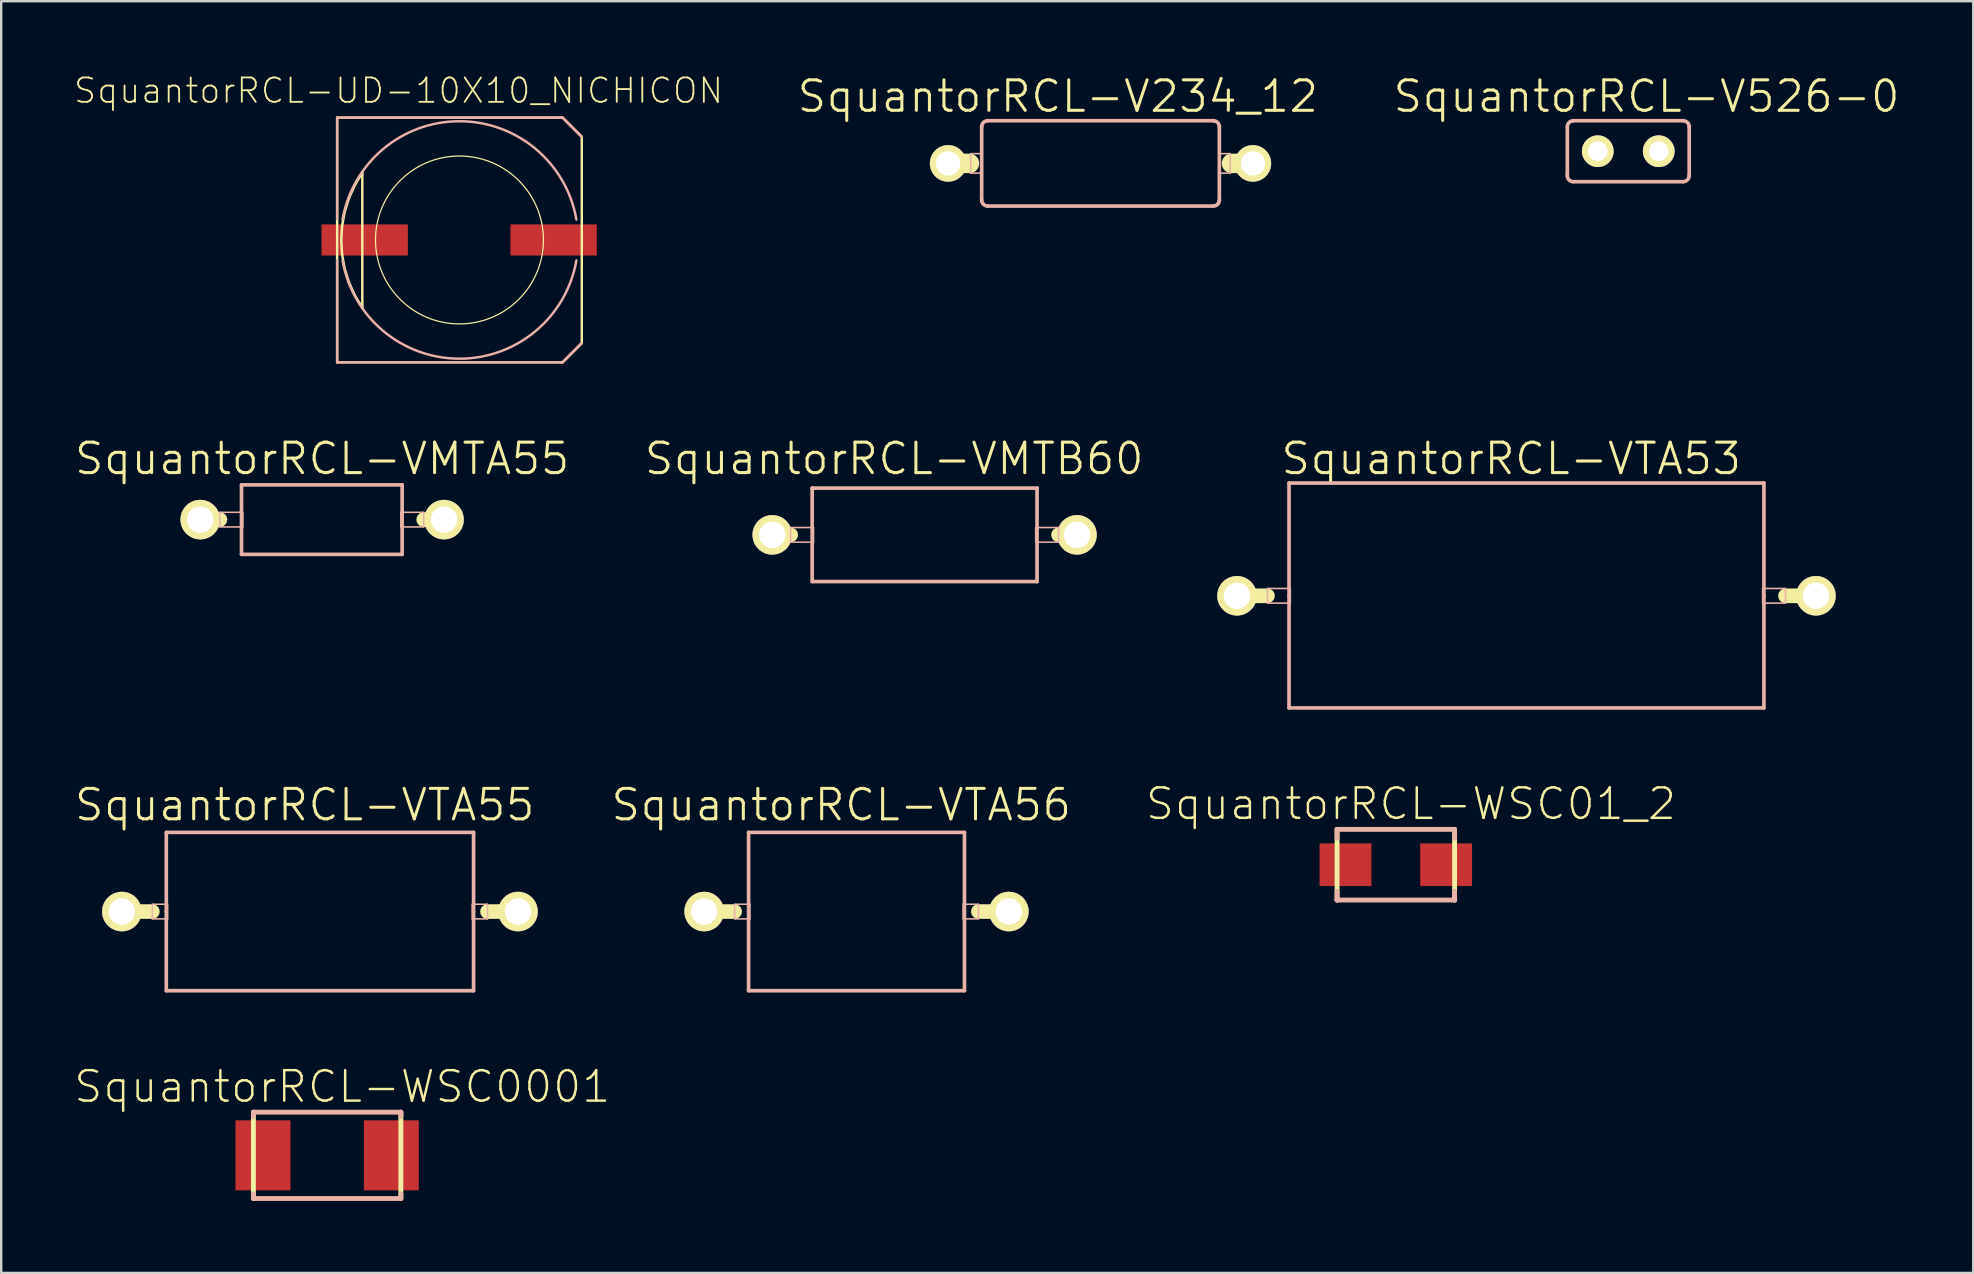
<source format=kicad_pcb>
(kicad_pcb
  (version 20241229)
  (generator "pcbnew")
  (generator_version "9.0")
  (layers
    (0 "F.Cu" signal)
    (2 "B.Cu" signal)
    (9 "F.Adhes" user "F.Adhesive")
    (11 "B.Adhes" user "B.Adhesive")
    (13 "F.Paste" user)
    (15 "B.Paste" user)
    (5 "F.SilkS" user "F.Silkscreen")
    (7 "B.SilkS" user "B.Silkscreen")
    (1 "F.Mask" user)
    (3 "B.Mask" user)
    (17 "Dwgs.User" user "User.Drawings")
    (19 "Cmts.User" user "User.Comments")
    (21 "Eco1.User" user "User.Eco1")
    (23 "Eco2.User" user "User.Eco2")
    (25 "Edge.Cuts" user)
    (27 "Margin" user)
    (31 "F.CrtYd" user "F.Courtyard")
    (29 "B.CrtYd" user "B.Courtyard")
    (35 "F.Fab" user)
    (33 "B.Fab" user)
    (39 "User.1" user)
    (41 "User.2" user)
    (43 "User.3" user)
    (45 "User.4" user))
  (footprint "SquantorRCL-VTA55"
    (layer "F.Cu")
    (at 10.284 34.941)
    (property "Reference" "SquantorRCL-VTA55" (at -0.635 -4.445 0) (layer "F.SilkS") (effects (font (size 1.27 1.27) (thickness 0.127))))
    (attr exclude_from_pos_files exclude_from_bom)
    (fp_line (start -8.255 0) (end -6.985 0) (stroke (width 0.61) (type solid)) (layer "F.SilkS"))
    (fp_line (start 6.985 0) (end 8.255 0) (stroke (width 0.61) (type solid)) (layer "F.SilkS"))
    (fp_line (start -6.985 -0.305) (end -6.35 -0.305) (stroke (width 0.066) (type solid)) (layer "B.SilkS"))
    (fp_line (start -6.985 0.305) (end -6.985 -0.305) (stroke (width 0.066) (type solid)) (layer "B.SilkS"))
    (fp_line (start -6.985 0.305) (end -6.35 0.305) (stroke (width 0.066) (type solid)) (layer "B.SilkS"))
    (fp_line (start -6.403 -3.299) (end -6.403 0) (stroke (width 0.152) (type solid)) (layer "B.SilkS"))
    (fp_line (start -6.403 0) (end -6.403 3.299) (stroke (width 0.152) (type solid)) (layer "B.SilkS"))
    (fp_line (start -6.403 3.299) (end 6.403 3.299) (stroke (width 0.152) (type solid)) (layer "B.SilkS"))
    (fp_line (start -6.35 0.305) (end -6.35 -0.305) (stroke (width 0.066) (type solid)) (layer "B.SilkS"))
    (fp_line (start 6.35 -0.305) (end 6.985 -0.305) (stroke (width 0.066) (type solid)) (layer "B.SilkS"))
    (fp_line (start 6.35 0.305) (end 6.35 -0.305) (stroke (width 0.066) (type solid)) (layer "B.SilkS"))
    (fp_line (start 6.35 0.305) (end 6.985 0.305) (stroke (width 0.066) (type solid)) (layer "B.SilkS"))
    (fp_line (start 6.403 -3.299) (end -6.403 -3.299) (stroke (width 0.152) (type solid)) (layer "B.SilkS"))
    (fp_line (start 6.403 0) (end 6.403 -3.299) (stroke (width 0.152) (type solid)) (layer "B.SilkS"))
    (fp_line (start 6.403 3.299) (end 6.403 0) (stroke (width 0.152) (type solid)) (layer "B.SilkS"))
    (fp_line (start 6.985 0.305) (end 6.985 -0.305) (stroke (width 0.066) (type solid)) (layer "B.SilkS"))
    (pad "1" thru_hole circle (at -8.255 0) (size 1.648 1.648) (drill 1.1) (layers "*.Cu" "F.Mask" "F.SilkS" "F.Paste"))
    (pad "2" thru_hole circle (at 8.255 0) (size 1.648 1.648) (drill 1.1) (layers "*.Cu" "F.Mask" "F.SilkS" "F.Paste")))
  (footprint "SquantorRCL-VTA53"
    (layer "F.Cu")
    (at 60.569 21.781)
    (property "Reference" "SquantorRCL-VTA53" (at -0.635 -5.715 0) (layer "F.SilkS") (effects (font (size 1.27 1.27) (thickness 0.127))))
    (attr exclude_from_pos_files exclude_from_bom)
    (fp_line (start -12.065 0) (end -10.795 0) (stroke (width 0.61) (type solid)) (layer "F.SilkS"))
    (fp_line (start 10.795 0) (end 12.065 0) (stroke (width 0.61) (type solid)) (layer "F.SilkS"))
    (fp_line (start -10.795 -0.305) (end -9.842 -0.305) (stroke (width 0.066) (type solid)) (layer "B.SilkS"))
    (fp_line (start -10.795 0.305) (end -10.795 -0.305) (stroke (width 0.066) (type solid)) (layer "B.SilkS"))
    (fp_line (start -10.795 0.305) (end -9.842 0.305) (stroke (width 0.066) (type solid)) (layer "B.SilkS"))
    (fp_line (start -9.896 -4.699) (end -9.896 0) (stroke (width 0.152) (type solid)) (layer "B.SilkS"))
    (fp_line (start -9.896 0) (end -9.896 4.674) (stroke (width 0.152) (type solid)) (layer "B.SilkS"))
    (fp_line (start -9.896 4.674) (end 9.896 4.674) (stroke (width 0.152) (type solid)) (layer "B.SilkS"))
    (fp_line (start -9.842 0.305) (end -9.842 -0.305) (stroke (width 0.066) (type solid)) (layer "B.SilkS"))
    (fp_line (start 9.842 -0.305) (end 10.795 -0.305) (stroke (width 0.066) (type solid)) (layer "B.SilkS"))
    (fp_line (start 9.842 0.305) (end 9.842 -0.305) (stroke (width 0.066) (type solid)) (layer "B.SilkS"))
    (fp_line (start 9.842 0.305) (end 10.795 0.305) (stroke (width 0.066) (type solid)) (layer "B.SilkS"))
    (fp_line (start 9.896 -4.699) (end -9.896 -4.699) (stroke (width 0.152) (type solid)) (layer "B.SilkS"))
    (fp_line (start 9.896 0) (end 9.896 -4.699) (stroke (width 0.152) (type solid)) (layer "B.SilkS"))
    (fp_line (start 9.896 4.674) (end 9.896 0) (stroke (width 0.152) (type solid)) (layer "B.SilkS"))
    (fp_line (start 10.795 0.305) (end 10.795 -0.305) (stroke (width 0.066) (type solid)) (layer "B.SilkS"))
    (pad "1" thru_hole circle (at -12.065 0) (size 1.648 1.648) (drill 1.1) (layers "*.Cu" "F.Mask" "F.SilkS" "F.Paste"))
    (pad "2" thru_hole circle (at 12.065 0) (size 1.648 1.648) (drill 1.1) (layers "*.Cu" "F.Mask" "F.SilkS" "F.Paste")))
  (footprint "SquantorRCL-V234_12"
    (layer "F.Cu")
    (at 42.816 3.76)
    (property "Reference" "SquantorRCL-V234_12" (at -1.778 -2.794 0) (layer "F.SilkS") (effects (font (size 1.27 1.27) (thickness 0.127))))
    (attr exclude_from_pos_files exclude_from_bom)
    (fp_line (start -6.35 0) (end -5.461 0) (stroke (width 0.813) (type solid)) (layer "F.SilkS"))
    (fp_line (start 6.35 0) (end 5.461 0) (stroke (width 0.813) (type solid)) (layer "F.SilkS"))
    (fp_line (start -5.41 -0.406) (end -4.953 -0.406) (stroke (width 0.066) (type solid)) (layer "B.SilkS"))
    (fp_line (start -5.41 0.406) (end -5.41 -0.406) (stroke (width 0.066) (type solid)) (layer "B.SilkS"))
    (fp_line (start -5.41 0.406) (end -4.953 0.406) (stroke (width 0.066) (type solid)) (layer "B.SilkS"))
    (fp_line (start -4.953 -1.524) (end -4.953 1.524) (stroke (width 0.152) (type solid)) (layer "B.SilkS"))
    (fp_line (start -4.953 0.406) (end -4.953 -0.406) (stroke (width 0.066) (type solid)) (layer "B.SilkS"))
    (fp_line (start -4.699 -1.778) (end 4.699 -1.778) (stroke (width 0.152) (type solid)) (layer "B.SilkS"))
    (fp_line (start 4.699 1.778) (end -4.699 1.778) (stroke (width 0.152) (type solid)) (layer "B.SilkS"))
    (fp_line (start 4.953 -1.524) (end 4.953 1.524) (stroke (width 0.152) (type solid)) (layer "B.SilkS"))
    (fp_line (start 4.953 -0.406) (end 5.41 -0.406) (stroke (width 0.066) (type solid)) (layer "B.SilkS"))
    (fp_line (start 4.953 0.406) (end 4.953 -0.406) (stroke (width 0.066) (type solid)) (layer "B.SilkS"))
    (fp_line (start 4.953 0.406) (end 5.41 0.406) (stroke (width 0.066) (type solid)) (layer "B.SilkS"))
    (fp_line (start 5.41 0.406) (end 5.41 -0.406) (stroke (width 0.066) (type solid)) (layer "B.SilkS"))
    (fp_arc (start -4.953 -1.524) (mid -4.878605 -1.703605) (end -4.699 -1.778) (stroke (width 0.1524) (type solid)) (layer "B.SilkS"))
    (fp_arc (start -4.699 1.778) (mid -4.878605 1.703605) (end -4.953 1.524) (stroke (width 0.1524) (type solid)) (layer "B.SilkS"))
    (fp_arc (start 4.699 -1.778) (mid 4.878605 -1.703605) (end 4.953 -1.524) (stroke (width 0.1524) (type solid)) (layer "B.SilkS"))
    (fp_arc (start 4.953 1.524) (mid 4.878605 1.703605) (end 4.699 1.778) (stroke (width 0.1524) (type solid)) (layer "B.SilkS"))
    (pad "1" thru_hole circle (at -6.35 0) (size 1.524 1.524) (drill 1.016) (layers "*.Cu" "F.Mask" "F.SilkS" "F.Paste"))
    (pad "2" thru_hole circle (at 6.35 0) (size 1.524 1.524) (drill 1.016) (layers "*.Cu" "F.Mask" "F.SilkS" "F.Paste")))
  (footprint "SquantorRCL-VMTA55"
    (layer "F.Cu")
    (at 10.375 18.606)
    (property "Reference" "SquantorRCL-VMTA55" (at 0 -2.54 0) (layer "F.SilkS") (effects (font (size 1.27 1.27) (thickness 0.127))))
    (attr exclude_from_pos_files exclude_from_bom)
    (fp_line (start -5.08 0) (end -4.26 0) (stroke (width 0.61) (type solid)) (layer "F.SilkS"))
    (fp_line (start 4.234 0) (end 5.08 0) (stroke (width 0.61) (type solid)) (layer "F.SilkS"))
    (fp_line (start -4.26 -0.305) (end -3.307 -0.305) (stroke (width 0.066) (type solid)) (layer "B.SilkS"))
    (fp_line (start -4.26 0.305) (end -4.26 -0.305) (stroke (width 0.066) (type solid)) (layer "B.SilkS"))
    (fp_line (start -4.26 0.305) (end -3.307 0.305) (stroke (width 0.066) (type solid)) (layer "B.SilkS"))
    (fp_line (start -3.36 -1.448) (end -3.36 1.448) (stroke (width 0.152) (type solid)) (layer "B.SilkS"))
    (fp_line (start -3.36 1.448) (end 3.335 1.448) (stroke (width 0.152) (type solid)) (layer "B.SilkS"))
    (fp_line (start -3.307 0.305) (end -3.307 -0.305) (stroke (width 0.066) (type solid)) (layer "B.SilkS"))
    (fp_line (start 3.282 -0.305) (end 4.234 -0.305) (stroke (width 0.066) (type solid)) (layer "B.SilkS"))
    (fp_line (start 3.282 0.305) (end 3.282 -0.305) (stroke (width 0.066) (type solid)) (layer "B.SilkS"))
    (fp_line (start 3.282 0.305) (end 4.234 0.305) (stroke (width 0.066) (type solid)) (layer "B.SilkS"))
    (fp_line (start 3.335 -1.448) (end -3.36 -1.448) (stroke (width 0.152) (type solid)) (layer "B.SilkS"))
    (fp_line (start 3.335 1.448) (end 3.335 -1.448) (stroke (width 0.152) (type solid)) (layer "B.SilkS"))
    (fp_line (start 4.234 0.305) (end 4.234 -0.305) (stroke (width 0.066) (type solid)) (layer "B.SilkS"))
    (pad "1" thru_hole circle (at -5.08 0) (size 1.648 1.648) (drill 1.1) (layers "*.Cu" "F.Mask" "F.SilkS" "F.Paste"))
    (pad "2" thru_hole circle (at 5.08 0) (size 1.648 1.648) (drill 1.1) (layers "*.Cu" "F.Mask" "F.SilkS" "F.Paste")))
  (footprint "SquantorRCL-VTA56"
    (layer "F.Cu")
    (at 32.647 34.941)
    (property "Reference" "SquantorRCL-VTA56" (at -0.635 -4.445 0) (layer "F.SilkS") (effects (font (size 1.27 1.27) (thickness 0.127))))
    (attr exclude_from_pos_files exclude_from_bom)
    (fp_line (start -6.35 0) (end -5.08 0) (stroke (width 0.61) (type solid)) (layer "F.SilkS"))
    (fp_line (start 5.08 0) (end 6.35 0) (stroke (width 0.61) (type solid)) (layer "F.SilkS"))
    (fp_line (start -5.08 -0.305) (end -4.445 -0.305) (stroke (width 0.066) (type solid)) (layer "B.SilkS"))
    (fp_line (start -5.08 0.305) (end -5.08 -0.305) (stroke (width 0.066) (type solid)) (layer "B.SilkS"))
    (fp_line (start -5.08 0.305) (end -4.445 0.305) (stroke (width 0.066) (type solid)) (layer "B.SilkS"))
    (fp_line (start -4.498 -3.299) (end -4.498 0) (stroke (width 0.152) (type solid)) (layer "B.SilkS"))
    (fp_line (start -4.498 0) (end -4.498 3.299) (stroke (width 0.152) (type solid)) (layer "B.SilkS"))
    (fp_line (start -4.498 3.299) (end 4.498 3.299) (stroke (width 0.152) (type solid)) (layer "B.SilkS"))
    (fp_line (start -4.445 0.305) (end -4.445 -0.305) (stroke (width 0.066) (type solid)) (layer "B.SilkS"))
    (fp_line (start 4.445 -0.305) (end 5.08 -0.305) (stroke (width 0.066) (type solid)) (layer "B.SilkS"))
    (fp_line (start 4.445 0.305) (end 4.445 -0.305) (stroke (width 0.066) (type solid)) (layer "B.SilkS"))
    (fp_line (start 4.445 0.305) (end 5.08 0.305) (stroke (width 0.066) (type solid)) (layer "B.SilkS"))
    (fp_line (start 4.498 -3.299) (end -4.498 -3.299) (stroke (width 0.152) (type solid)) (layer "B.SilkS"))
    (fp_line (start 4.498 0) (end 4.498 -3.299) (stroke (width 0.152) (type solid)) (layer "B.SilkS"))
    (fp_line (start 4.498 3.299) (end 4.498 0) (stroke (width 0.152) (type solid)) (layer "B.SilkS"))
    (fp_line (start 5.08 0.305) (end 5.08 -0.305) (stroke (width 0.066) (type solid)) (layer "B.SilkS"))
    (pad "1" thru_hole circle (at -6.35 0) (size 1.648 1.648) (drill 1.1) (layers "*.Cu" "F.Mask" "F.SilkS" "F.Paste"))
    (pad "2" thru_hole circle (at 6.35 0) (size 1.648 1.648) (drill 1.1) (layers "*.Cu" "F.Mask" "F.SilkS" "F.Paste")))
  (footprint "SquantorRCL-WSC01_2"
    (layer "F.Cu")
    (at 55.124 32.989)
    (property "Reference" "SquantorRCL-WSC01_2" (at 0.63 -2.537 0) (layer "F.SilkS") (effects (font (size 1.27 1.27) (thickness 0.102))))
    (attr smd)
    (fp_line (start -2.449 -1.473) (end -2.449 1.473) (stroke (width 0.203) (type solid)) (layer "F.SilkS"))
    (fp_line (start 2.449 1.473) (end 2.449 -1.473) (stroke (width 0.203) (type solid)) (layer "F.SilkS"))
    (fp_line (start -2.449 -1.473) (end -2.449 -1.105) (stroke (width 0.203) (type solid)) (layer "B.SilkS"))
    (fp_line (start -2.449 1.105) (end -2.449 1.473) (stroke (width 0.203) (type solid)) (layer "B.SilkS"))
    (fp_line (start -2.449 1.473) (end 2.449 1.473) (stroke (width 0.203) (type solid)) (layer "B.SilkS"))
    (fp_line (start 2.449 -1.473) (end -2.449 -1.473) (stroke (width 0.203) (type solid)) (layer "B.SilkS"))
    (fp_line (start 2.449 -1.105) (end 2.449 -1.473) (stroke (width 0.203) (type solid)) (layer "B.SilkS"))
    (fp_line (start 2.449 1.473) (end 2.449 1.105) (stroke (width 0.203) (type solid)) (layer "B.SilkS"))
    (pad "1" smd rect (at -2.098 0) (size 2.159 1.778) (layers "F.Cu" "F.Mask" "F.Paste"))
    (pad "2" smd rect (at 2.098 0) (size 2.159 1.778) (layers "F.Cu" "F.Mask" "F.Paste")))
  (footprint "SquantorRCL-VMTB60"
    (layer "F.Cu")
    (at 35.485 19.241)
    (property "Reference" "SquantorRCL-VMTB60" (at -1.27 -3.175 0) (layer "F.SilkS") (effects (font (size 1.27 1.27) (thickness 0.127))))
    (attr exclude_from_pos_files exclude_from_bom)
    (fp_line (start -6.35 0) (end -5.583 0) (stroke (width 0.61) (type solid)) (layer "F.SilkS"))
    (fp_line (start 5.583 0) (end 6.35 0) (stroke (width 0.61) (type solid)) (layer "F.SilkS"))
    (fp_line (start -5.583 -0.305) (end -4.63 -0.305) (stroke (width 0.066) (type solid)) (layer "B.SilkS"))
    (fp_line (start -5.583 0.305) (end -5.583 -0.305) (stroke (width 0.066) (type solid)) (layer "B.SilkS"))
    (fp_line (start -5.583 0.305) (end -4.63 0.305) (stroke (width 0.066) (type solid)) (layer "B.SilkS"))
    (fp_line (start -4.686 -1.948) (end -4.686 1.948) (stroke (width 0.152) (type solid)) (layer "B.SilkS"))
    (fp_line (start -4.686 1.948) (end 4.686 1.948) (stroke (width 0.152) (type solid)) (layer "B.SilkS"))
    (fp_line (start -4.63 0.305) (end -4.63 -0.305) (stroke (width 0.066) (type solid)) (layer "B.SilkS"))
    (fp_line (start 4.63 -0.305) (end 5.583 -0.305) (stroke (width 0.066) (type solid)) (layer "B.SilkS"))
    (fp_line (start 4.63 0.305) (end 4.63 -0.305) (stroke (width 0.066) (type solid)) (layer "B.SilkS"))
    (fp_line (start 4.63 0.305) (end 5.583 0.305) (stroke (width 0.066) (type solid)) (layer "B.SilkS"))
    (fp_line (start 4.686 -1.948) (end -4.686 -1.948) (stroke (width 0.152) (type solid)) (layer "B.SilkS"))
    (fp_line (start 4.686 1.948) (end 4.686 -1.948) (stroke (width 0.152) (type solid)) (layer "B.SilkS"))
    (fp_line (start 5.583 0.305) (end 5.583 -0.305) (stroke (width 0.066) (type solid)) (layer "B.SilkS"))
    (pad "1" thru_hole circle (at -6.35 0) (size 1.648 1.648) (drill 1.1) (layers "*.Cu" "F.Mask" "F.SilkS" "F.Paste"))
    (pad "2" thru_hole circle (at 6.35 0) (size 1.648 1.648) (drill 1.1) (layers "*.Cu" "F.Mask" "F.SilkS" "F.Paste")))
  (footprint "SquantorRCL-WSC0001"
    (layer "F.Cu")
    (at 10.584 45.101)
    (property "Reference" "SquantorRCL-WSC0001" (at 0.63 -2.863 0) (layer "F.SilkS") (effects (font (size 1.27 1.27) (thickness 0.102))))
    (attr smd)
    (fp_line (start -3.073 -1.798) (end -3.073 1.798) (stroke (width 0.203) (type solid)) (layer "F.SilkS"))
    (fp_line (start 3.073 1.798) (end 3.073 -1.798) (stroke (width 0.203) (type solid)) (layer "F.SilkS"))
    (fp_line (start -3.073 -1.798) (end -3.073 -1.605) (stroke (width 0.203) (type solid)) (layer "B.SilkS"))
    (fp_line (start -3.073 1.605) (end -3.073 1.798) (stroke (width 0.203) (type solid)) (layer "B.SilkS"))
    (fp_line (start -3.073 1.798) (end 3.073 1.798) (stroke (width 0.203) (type solid)) (layer "B.SilkS"))
    (fp_line (start 3.073 -1.798) (end -3.073 -1.798) (stroke (width 0.203) (type solid)) (layer "B.SilkS"))
    (fp_line (start 3.073 -1.605) (end 3.073 -1.798) (stroke (width 0.203) (type solid)) (layer "B.SilkS"))
    (fp_line (start 3.073 1.798) (end 3.073 1.605) (stroke (width 0.203) (type solid)) (layer "B.SilkS"))
    (pad "1" smd rect (at -2.675 0) (size 2.289 2.918) (layers "F.Cu" "F.Mask" "F.Paste"))
    (pad "2" smd rect (at 2.675 0) (size 2.289 2.918) (layers "F.Cu" "F.Mask" "F.Paste")))
  (footprint "SquantorRCL-V526-0"
    (layer "F.Cu")
    (at 64.811 3.252)
    (property "Reference" "SquantorRCL-V526-0" (at 0.762 -2.286 0) (layer "F.SilkS") (effects (font (size 1.27 1.27) (thickness 0.127))))
    (attr exclude_from_pos_files exclude_from_bom)
    (fp_line (start -2.54 -1.016) (end -2.54 1.016) (stroke (width 0.152) (type solid)) (layer "B.SilkS"))
    (fp_line (start -2.286 1.27) (end 2.286 1.27) (stroke (width 0.152) (type solid)) (layer "B.SilkS"))
    (fp_line (start 2.286 -1.27) (end -2.286 -1.27) (stroke (width 0.152) (type solid)) (layer "B.SilkS"))
    (fp_line (start 2.54 1.016) (end 2.54 -1.016) (stroke (width 0.152) (type solid)) (layer "B.SilkS"))
    (fp_arc (start -2.54 -1.016) (mid -2.465605 -1.195605) (end -2.286 -1.27) (stroke (width 0.1524) (type solid)) (layer "B.SilkS"))
    (fp_arc (start -2.286 1.27) (mid -2.465605 1.195605) (end -2.54 1.016) (stroke (width 0.1524) (type solid)) (layer "B.SilkS"))
    (fp_arc (start 2.286 -1.27) (mid 2.465605 -1.195605) (end 2.54 -1.016) (stroke (width 0.1524) (type solid)) (layer "B.SilkS"))
    (fp_arc (start 2.54 1.016) (mid 2.465605 1.195605) (end 2.286 1.27) (stroke (width 0.1524) (type solid)) (layer "B.SilkS"))
    (pad "1" thru_hole circle (at -1.27 0) (size 1.321 1.321) (drill 0.813) (layers "*.Cu" "F.Mask" "F.SilkS" "F.Paste"))
    (pad "2" thru_hole circle (at 1.27 0) (size 1.321 1.321) (drill 0.813) (layers "*.Cu" "F.Mask" "F.SilkS" "F.Paste")))
  (footprint "SquantorRCL-UD-10X10_NICHICON"
    (layer "F.Cu")
    (at 16.099 6.951)
    (property "Reference" "SquantorRCL-UD-10X10_NICHICON" (at -2.54 -6.223 0) (layer "F.SilkS") (effects (font (size 1.016 1.016) (thickness 0.076))))
    (attr smd)
    (fp_line (start -5.098 -5.098) (end 4.298 -5.098) (stroke (width 0.102) (type solid)) (layer "F.SilkS"))
    (fp_line (start -5.098 5.098) (end -5.098 -5.098) (stroke (width 0.102) (type solid)) (layer "F.SilkS"))
    (fp_line (start -4.928 0.01) (end -4.892 0.607) (stroke (width 0.102) (type solid)) (layer "F.SilkS"))
    (fp_line (start -4.892 -0.584) (end -4.928 0.01) (stroke (width 0.102) (type solid)) (layer "F.SilkS"))
    (fp_line (start -4.892 0.607) (end -4.783 1.196) (stroke (width 0.102) (type solid)) (layer "F.SilkS"))
    (fp_line (start -4.783 -1.171) (end -4.892 -0.584) (stroke (width 0.102) (type solid)) (layer "F.SilkS"))
    (fp_line (start -4.783 1.196) (end -4.605 1.768) (stroke (width 0.102) (type solid)) (layer "F.SilkS"))
    (fp_line (start -4.605 -1.742) (end -4.783 -1.171) (stroke (width 0.102) (type solid)) (layer "F.SilkS"))
    (fp_line (start -4.605 1.768) (end -4.359 2.311) (stroke (width 0.102) (type solid)) (layer "F.SilkS"))
    (fp_line (start -4.359 -2.289) (end -4.605 -1.742) (stroke (width 0.102) (type solid)) (layer "F.SilkS"))
    (fp_line (start -4.359 2.311) (end -4.049 2.824) (stroke (width 0.102) (type solid)) (layer "F.SilkS"))
    (fp_line (start -4.049 -2.799) (end -4.359 -2.289) (stroke (width 0.102) (type solid)) (layer "F.SilkS"))
    (fp_line (start -4.049 2.824) (end -4.049 -2.799) (stroke (width 0.102) (type solid)) (layer "F.SilkS"))
    (fp_line (start 4.298 -5.098) (end 5.098 -4.298) (stroke (width 0.102) (type solid)) (layer "F.SilkS"))
    (fp_line (start 4.298 5.098) (end -5.098 5.098) (stroke (width 0.102) (type solid)) (layer "F.SilkS"))
    (fp_line (start 5.098 -4.298) (end 5.098 4.298) (stroke (width 0.102) (type solid)) (layer "F.SilkS"))
    (fp_line (start 5.098 4.298) (end 4.298 5.098) (stroke (width 0.102) (type solid)) (layer "F.SilkS"))
    (fp_circle (center 0 0) (end -2.474 2.474) (stroke (width 0.051) (type solid)) (fill no) (layer "F.SilkS"))
    (fp_line (start -5.098 -5.098) (end 4.298 -5.098) (stroke (width 0.102) (type solid)) (layer "B.SilkS"))
    (fp_line (start -5.098 -0.874) (end -5.098 -5.098) (stroke (width 0.102) (type solid)) (layer "B.SilkS"))
    (fp_line (start -5.098 5.098) (end -5.098 0.848) (stroke (width 0.102) (type solid)) (layer "B.SilkS"))
    (fp_line (start 4.298 -5.098) (end 5.098 -4.298) (stroke (width 0.102) (type solid)) (layer "B.SilkS"))
    (fp_line (start 4.298 5.098) (end -5.098 5.098) (stroke (width 0.102) (type solid)) (layer "B.SilkS"))
    (fp_line (start 5.098 4.298) (end 4.298 5.098) (stroke (width 0.102) (type solid)) (layer "B.SilkS"))
    (fp_arc (start -4.87426 -0.84836) (mid -0.0023 -4.947537) (end 4.873469 -0.852891) (stroke (width 0.1016) (type solid)) (layer "B.SilkS"))
    (fp_arc (start 4.87426 0.84836) (mid 0.0023 4.947537) (end -4.873469 0.852891) (stroke (width 0.1016) (type solid)) (layer "B.SilkS"))
    (pad "+" smd rect (at 3.924 0) (size 3.599 1.298) (layers "F.Cu" "F.Mask" "F.Paste"))
    (pad "-" smd rect (at -3.95 0) (size 3.599 1.298) (layers "F.Cu" "F.Mask" "F.Paste")))
  (gr_rect
    (start -3 -3)
    (end 79.19 50.001)
    (stroke (width 0.1) (type default))
    (fill no)
    (layer "Edge.Cuts")))
</source>
